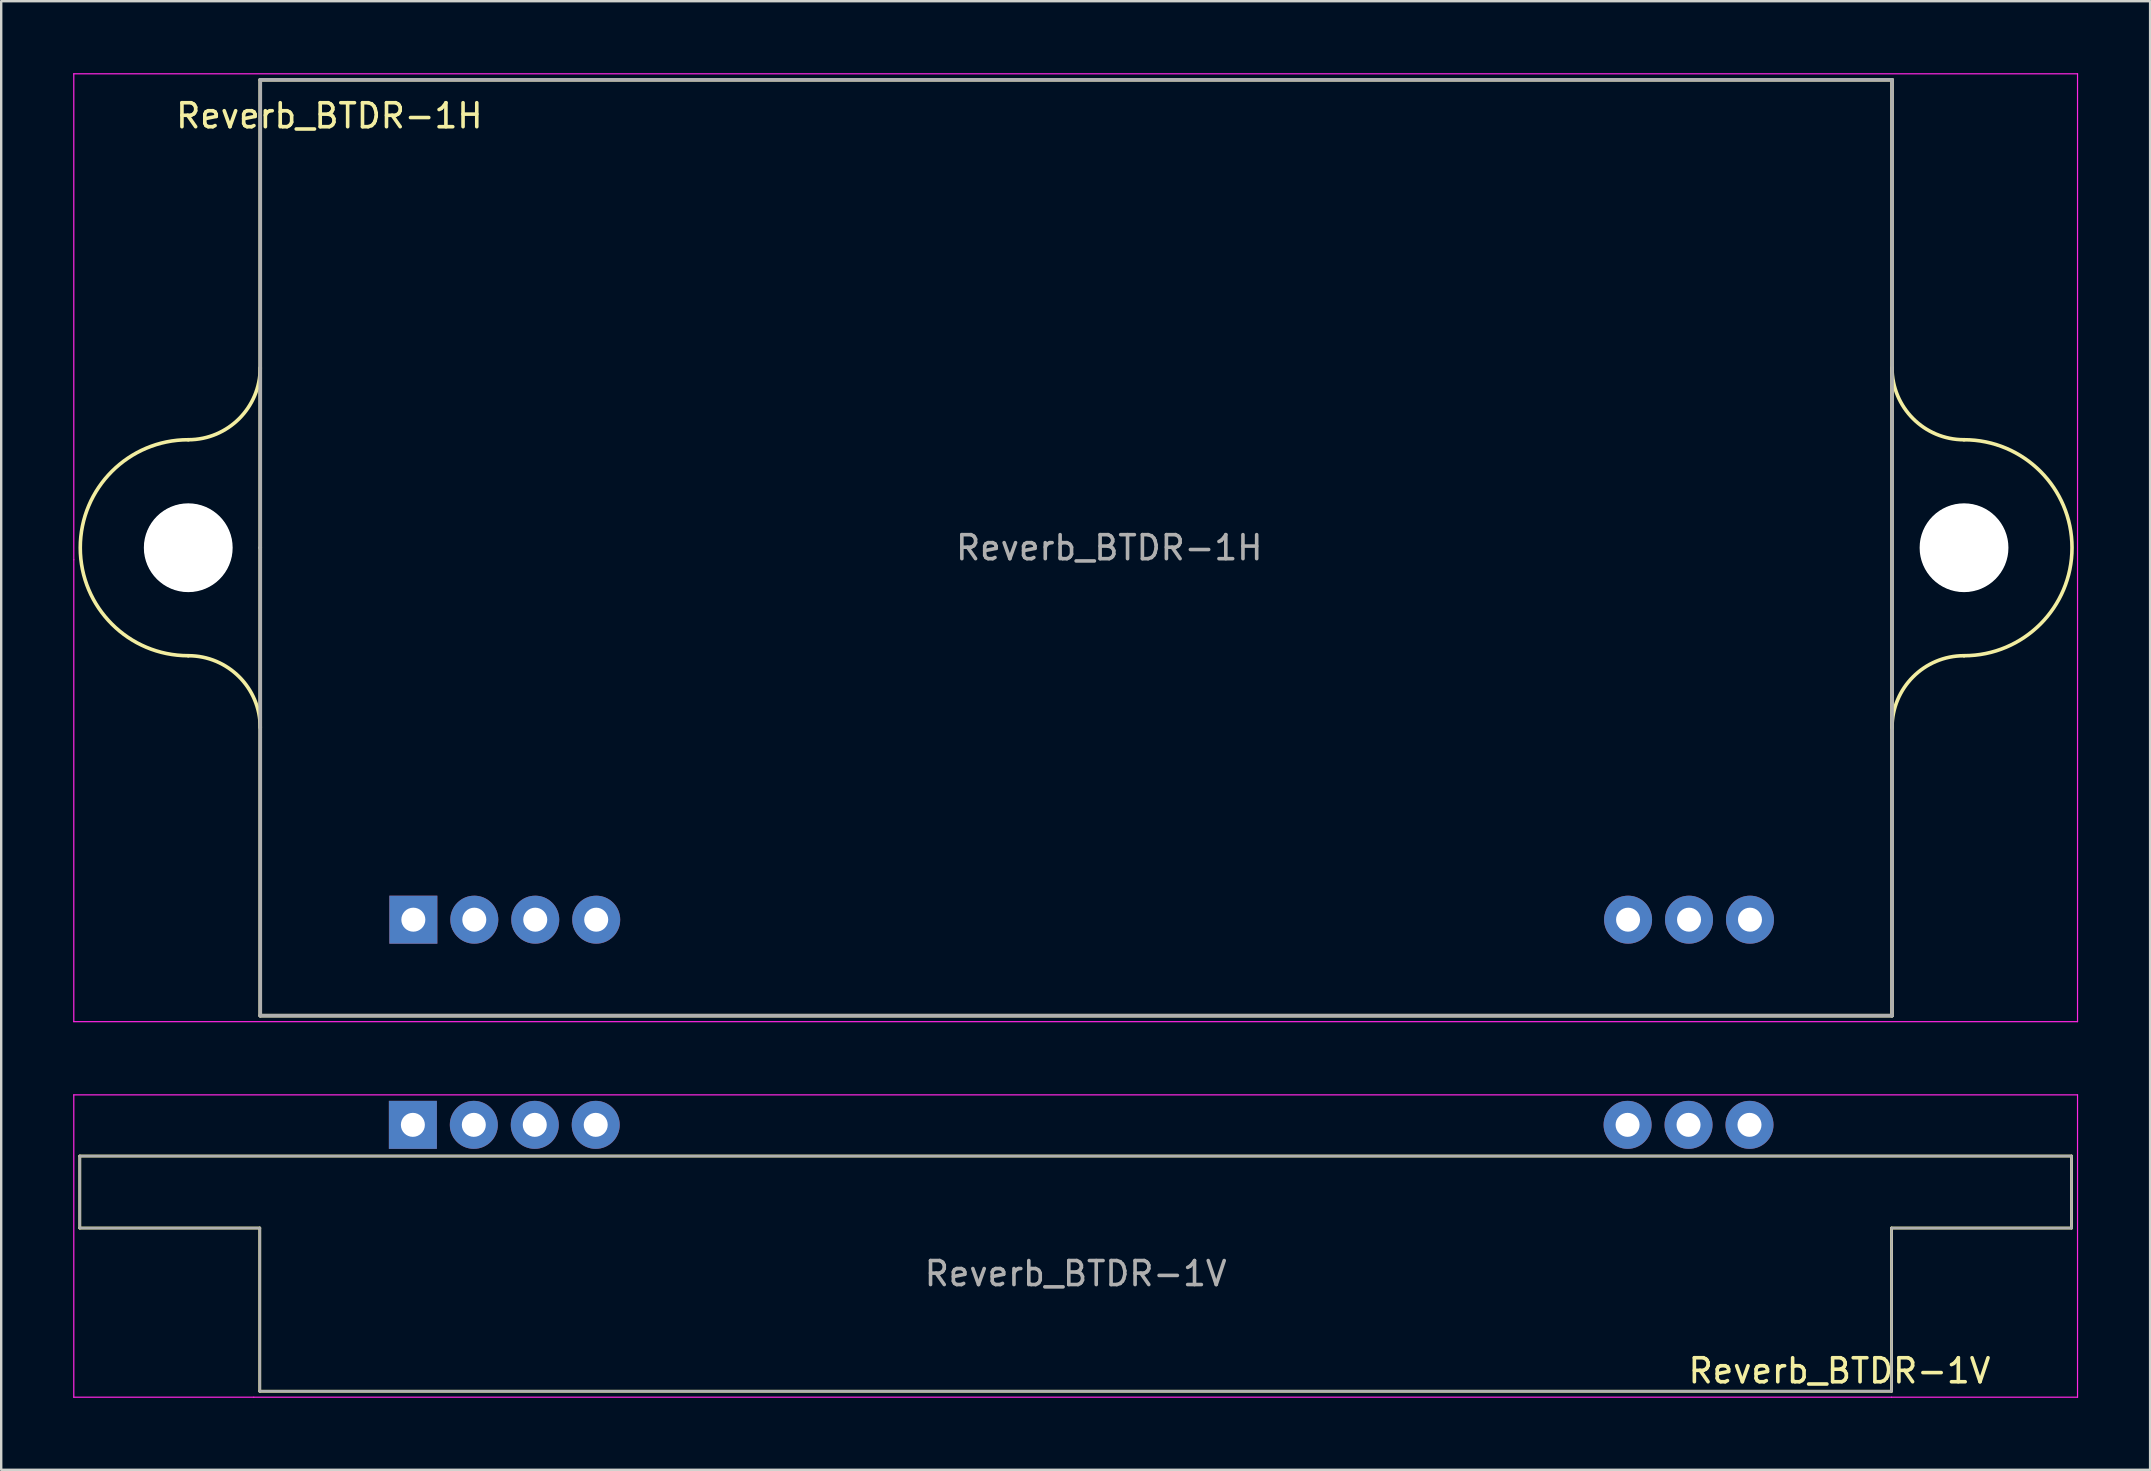
<source format=kicad_pcb>
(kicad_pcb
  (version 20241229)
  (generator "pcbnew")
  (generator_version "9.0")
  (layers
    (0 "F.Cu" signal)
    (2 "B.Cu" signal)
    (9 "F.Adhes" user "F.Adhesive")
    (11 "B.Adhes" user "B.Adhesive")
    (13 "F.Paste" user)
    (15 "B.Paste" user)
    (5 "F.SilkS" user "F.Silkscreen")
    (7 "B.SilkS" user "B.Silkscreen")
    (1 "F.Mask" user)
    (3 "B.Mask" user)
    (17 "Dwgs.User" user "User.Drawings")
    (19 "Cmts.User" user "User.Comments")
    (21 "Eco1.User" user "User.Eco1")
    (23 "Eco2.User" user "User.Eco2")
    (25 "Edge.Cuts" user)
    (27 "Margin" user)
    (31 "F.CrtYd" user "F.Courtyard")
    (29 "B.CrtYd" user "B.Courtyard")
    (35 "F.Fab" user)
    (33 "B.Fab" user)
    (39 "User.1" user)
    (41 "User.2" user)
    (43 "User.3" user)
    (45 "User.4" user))
  (footprint "Reverb_BTDR-1V"
    (layer "F.Cu")
    (at 14.155 43.825)
    (property "Reference" "Reverb_BTDR-1V" (at 59.45 10.25 180) (layer "F.SilkS") (effects (font (size 1 1) (thickness 0.15))))
    (attr through_hole)
    (fp_line (start -13.88 1.3) (end 69.12 1.3) (stroke (width 0.12) (type solid)) (layer "F.SilkS"))
    (fp_line (start -13.88 4.3) (end -13.88 1.3) (stroke (width 0.12) (type solid)) (layer "F.SilkS"))
    (fp_line (start -6.38 4.3) (end -13.88 4.3) (stroke (width 0.12) (type solid)) (layer "F.SilkS"))
    (fp_line (start -6.38 11.1) (end -6.38 4.3) (stroke (width 0.12) (type solid)) (layer "F.SilkS"))
    (fp_line (start 61.62 4.3) (end 61.62 11.1) (stroke (width 0.12) (type solid)) (layer "F.SilkS"))
    (fp_line (start 61.62 11.1) (end -6.38 11.1) (stroke (width 0.12) (type solid)) (layer "F.SilkS"))
    (fp_line (start 69.12 1.3) (end 69.12 4.3) (stroke (width 0.12) (type solid)) (layer "F.SilkS"))
    (fp_line (start 69.12 4.3) (end 61.62 4.3) (stroke (width 0.12) (type solid)) (layer "F.SilkS"))
    (fp_line (start -14.13 -1.25) (end 69.37 -1.25) (stroke (width 0.05) (type solid)) (layer "F.CrtYd"))
    (fp_line (start -14.13 11.35) (end -14.13 -1.25) (stroke (width 0.05) (type solid)) (layer "F.CrtYd"))
    (fp_line (start -6.63 11.35) (end -14.13 11.35) (stroke (width 0.05) (type solid)) (layer "F.CrtYd"))
    (fp_line (start 61.62 11.35) (end -6.63 11.35) (stroke (width 0.05) (type solid)) (layer "F.CrtYd"))
    (fp_line (start 69.37 -1.25) (end 69.37 11.35) (stroke (width 0.05) (type solid)) (layer "F.CrtYd"))
    (fp_line (start 69.37 11.35) (end 61.62 11.35) (stroke (width 0.05) (type solid)) (layer "F.CrtYd"))
    (fp_line (start -13.88 1.3) (end 69.12 1.3) (stroke (width 0.1) (type solid)) (layer "F.Fab"))
    (fp_line (start -13.88 4.3) (end -13.88 1.3) (stroke (width 0.1) (type solid)) (layer "F.Fab"))
    (fp_line (start -6.38 4.3) (end -13.88 4.3) (stroke (width 0.1) (type solid)) (layer "F.Fab"))
    (fp_line (start -6.38 11.1) (end -6.38 4.3) (stroke (width 0.1) (type solid)) (layer "F.Fab"))
    (fp_line (start 61.62 4.3) (end 61.62 11.1) (stroke (width 0.1) (type solid)) (layer "F.Fab"))
    (fp_line (start 61.62 11.1) (end -6.38 11.1) (stroke (width 0.1) (type solid)) (layer "F.Fab"))
    (fp_line (start 69.12 1.3) (end 69.12 4.3) (stroke (width 0.1) (type solid)) (layer "F.Fab"))
    (fp_line (start 69.12 4.3) (end 61.62 4.3) (stroke (width 0.1) (type solid)) (layer "F.Fab"))
    (fp_text user "${REFERENCE}" (at 27.62 6.2 180) (layer "F.Fab") (effects (font (size 1 1) (thickness 0.15))))
    (pad "1" thru_hole rect (at 0 0) (size 2 2) (drill 1) (layers "*.Cu" "*.Mask"))
    (pad "2" thru_hole circle (at 2.54 0) (size 2 2) (drill 1) (layers "*.Cu" "*.Mask"))
    (pad "3" thru_hole circle (at 5.08 0) (size 2 2) (drill 1) (layers "*.Cu" "*.Mask"))
    (pad "4" thru_hole circle (at 7.62 0) (size 2 2) (drill 1) (layers "*.Cu" "*.Mask"))
    (pad "5" thru_hole circle (at 50.62 0) (size 2 2) (drill 1) (layers "*.Cu" "*.Mask"))
    (pad "6" thru_hole circle (at 53.16 0) (size 2 2) (drill 1) (layers "*.Cu" "*.Mask"))
    (pad "7" thru_hole circle (at 55.7 0) (size 2 2) (drill 1) (layers "*.Cu" "*.Mask")))
  (footprint "Reverb_BTDR-1H"
    (layer "F.Cu")
    (at 14.175 35.275)
    (property "Reference" "Reverb_BTDR-1H" (at -3.5 -33.5 0) (layer "F.SilkS") (effects (font (size 1 1) (thickness 0.15))))
    (attr through_hole)
    (fp_line (start -6.38 -35) (end 61.62 -35) (stroke (width 0.15) (type solid)) (layer "F.SilkS"))
    (fp_line (start -6.38 -15.5) (end -6.38 -35) (stroke (width 0.15) (type solid)) (layer "F.SilkS"))
    (fp_line (start -6.38 -15.5) (end -6.38 4) (stroke (width 0.15) (type solid)) (layer "F.SilkS"))
    (fp_line (start -6.38 4) (end 61.62 4) (stroke (width 0.15) (type solid)) (layer "F.SilkS"))
    (fp_line (start 61.62 -35) (end 61.62 4) (stroke (width 0.15) (type solid)) (layer "F.SilkS"))
    (fp_arc (start -9.38 -11) (mid -13.88 -15.5) (end -9.38 -20) (stroke (width 0.15) (type solid)) (layer "F.SilkS"))
    (fp_arc (start -9.38 -11) (mid -7.25868 -10.12132) (end -6.38 -8) (stroke (width 0.15) (type solid)) (layer "F.SilkS"))
    (fp_arc (start -6.38 -23) (mid -7.25868 -20.87868) (end -9.38 -20) (stroke (width 0.15) (type solid)) (layer "F.SilkS"))
    (fp_arc (start 61.62 -8) (mid 62.49868 -10.12132) (end 64.62 -11) (stroke (width 0.15) (type solid)) (layer "F.SilkS"))
    (fp_arc (start 64.62 -20) (mid 62.49868 -20.87868) (end 61.62 -23) (stroke (width 0.15) (type solid)) (layer "F.SilkS"))
    (fp_arc (start 64.62 -20) (mid 69.12 -15.5) (end 64.62 -11) (stroke (width 0.15) (type solid)) (layer "F.SilkS"))
    (fp_circle (center -9.38 -15.5) (end -7.63 -15.5) (stroke (width 0.15) (type solid)) (fill no) (layer "F.SilkS"))
    (fp_circle (center 64.62 -15.5) (end 66.37 -15.5) (stroke (width 0.15) (type solid)) (fill no) (layer "F.SilkS"))
    (fp_line (start -14.15 -35.25) (end 69.35 -35.25) (stroke (width 0.05) (type solid)) (layer "F.CrtYd"))
    (fp_line (start -14.15 -15) (end -14.15 -35.25) (stroke (width 0.05) (type solid)) (layer "F.CrtYd"))
    (fp_line (start -14.15 4.25) (end -14.15 -15) (stroke (width 0.05) (type solid)) (layer "F.CrtYd"))
    (fp_line (start 69.35 -35.25) (end 69.35 4.25) (stroke (width 0.05) (type solid)) (layer "F.CrtYd"))
    (fp_line (start 69.35 4.25) (end -14.15 4.25) (stroke (width 0.05) (type solid)) (layer "F.CrtYd"))
    (fp_line (start -6.38 -35) (end 61.62 -35) (stroke (width 0.15) (type solid)) (layer "F.Fab"))
    (fp_line (start -6.38 -15.5) (end -6.38 -35) (stroke (width 0.15) (type solid)) (layer "F.Fab"))
    (fp_line (start -6.38 -15.5) (end -6.38 4) (stroke (width 0.15) (type solid)) (layer "F.Fab"))
    (fp_line (start -6.38 4) (end 61.62 4) (stroke (width 0.15) (type solid)) (layer "F.Fab"))
    (fp_line (start 61.62 -35) (end 61.62 4) (stroke (width 0.15) (type solid)) (layer "F.Fab"))
    (fp_text user "${REFERENCE}" (at 29 -15.5 0) (layer "F.Fab") (effects (font (size 1 1) (thickness 0.15))))
    (pad "" np_thru_hole circle (at -9.38 -15.5) (size 3.7 3.7) (drill 3.7) (layers "*.Cu" "*.Mask"))
    (pad "" np_thru_hole circle (at 64.62 -15.5) (size 3.7 3.7) (drill 3.7) (layers "*.Cu" "*.Mask"))
    (pad "1" thru_hole rect (at 0 0) (size 2 2) (drill 1) (layers "*.Cu" "*.Mask"))
    (pad "2" thru_hole circle (at 2.54 0) (size 2 2) (drill 1) (layers "*.Cu" "*.Mask"))
    (pad "3" thru_hole circle (at 5.08 0) (size 2 2) (drill 1) (layers "*.Cu" "*.Mask"))
    (pad "4" thru_hole circle (at 7.62 0) (size 2 2) (drill 1) (layers "*.Cu" "*.Mask"))
    (pad "5" thru_hole circle (at 50.62 0) (size 2 2) (drill 1) (layers "*.Cu" "*.Mask"))
    (pad "6" thru_hole circle (at 53.16 0) (size 2 2) (drill 1) (layers "*.Cu" "*.Mask"))
    (pad "7" thru_hole circle (at 55.7 0) (size 2 2) (drill 1) (layers "*.Cu" "*.Mask")))
  (gr_rect
    (start -3 -3)
    (end 86.55 58.2)
    (stroke (width 0.1) (type default))
    (fill no)
    (layer "Edge.Cuts")))
</source>
